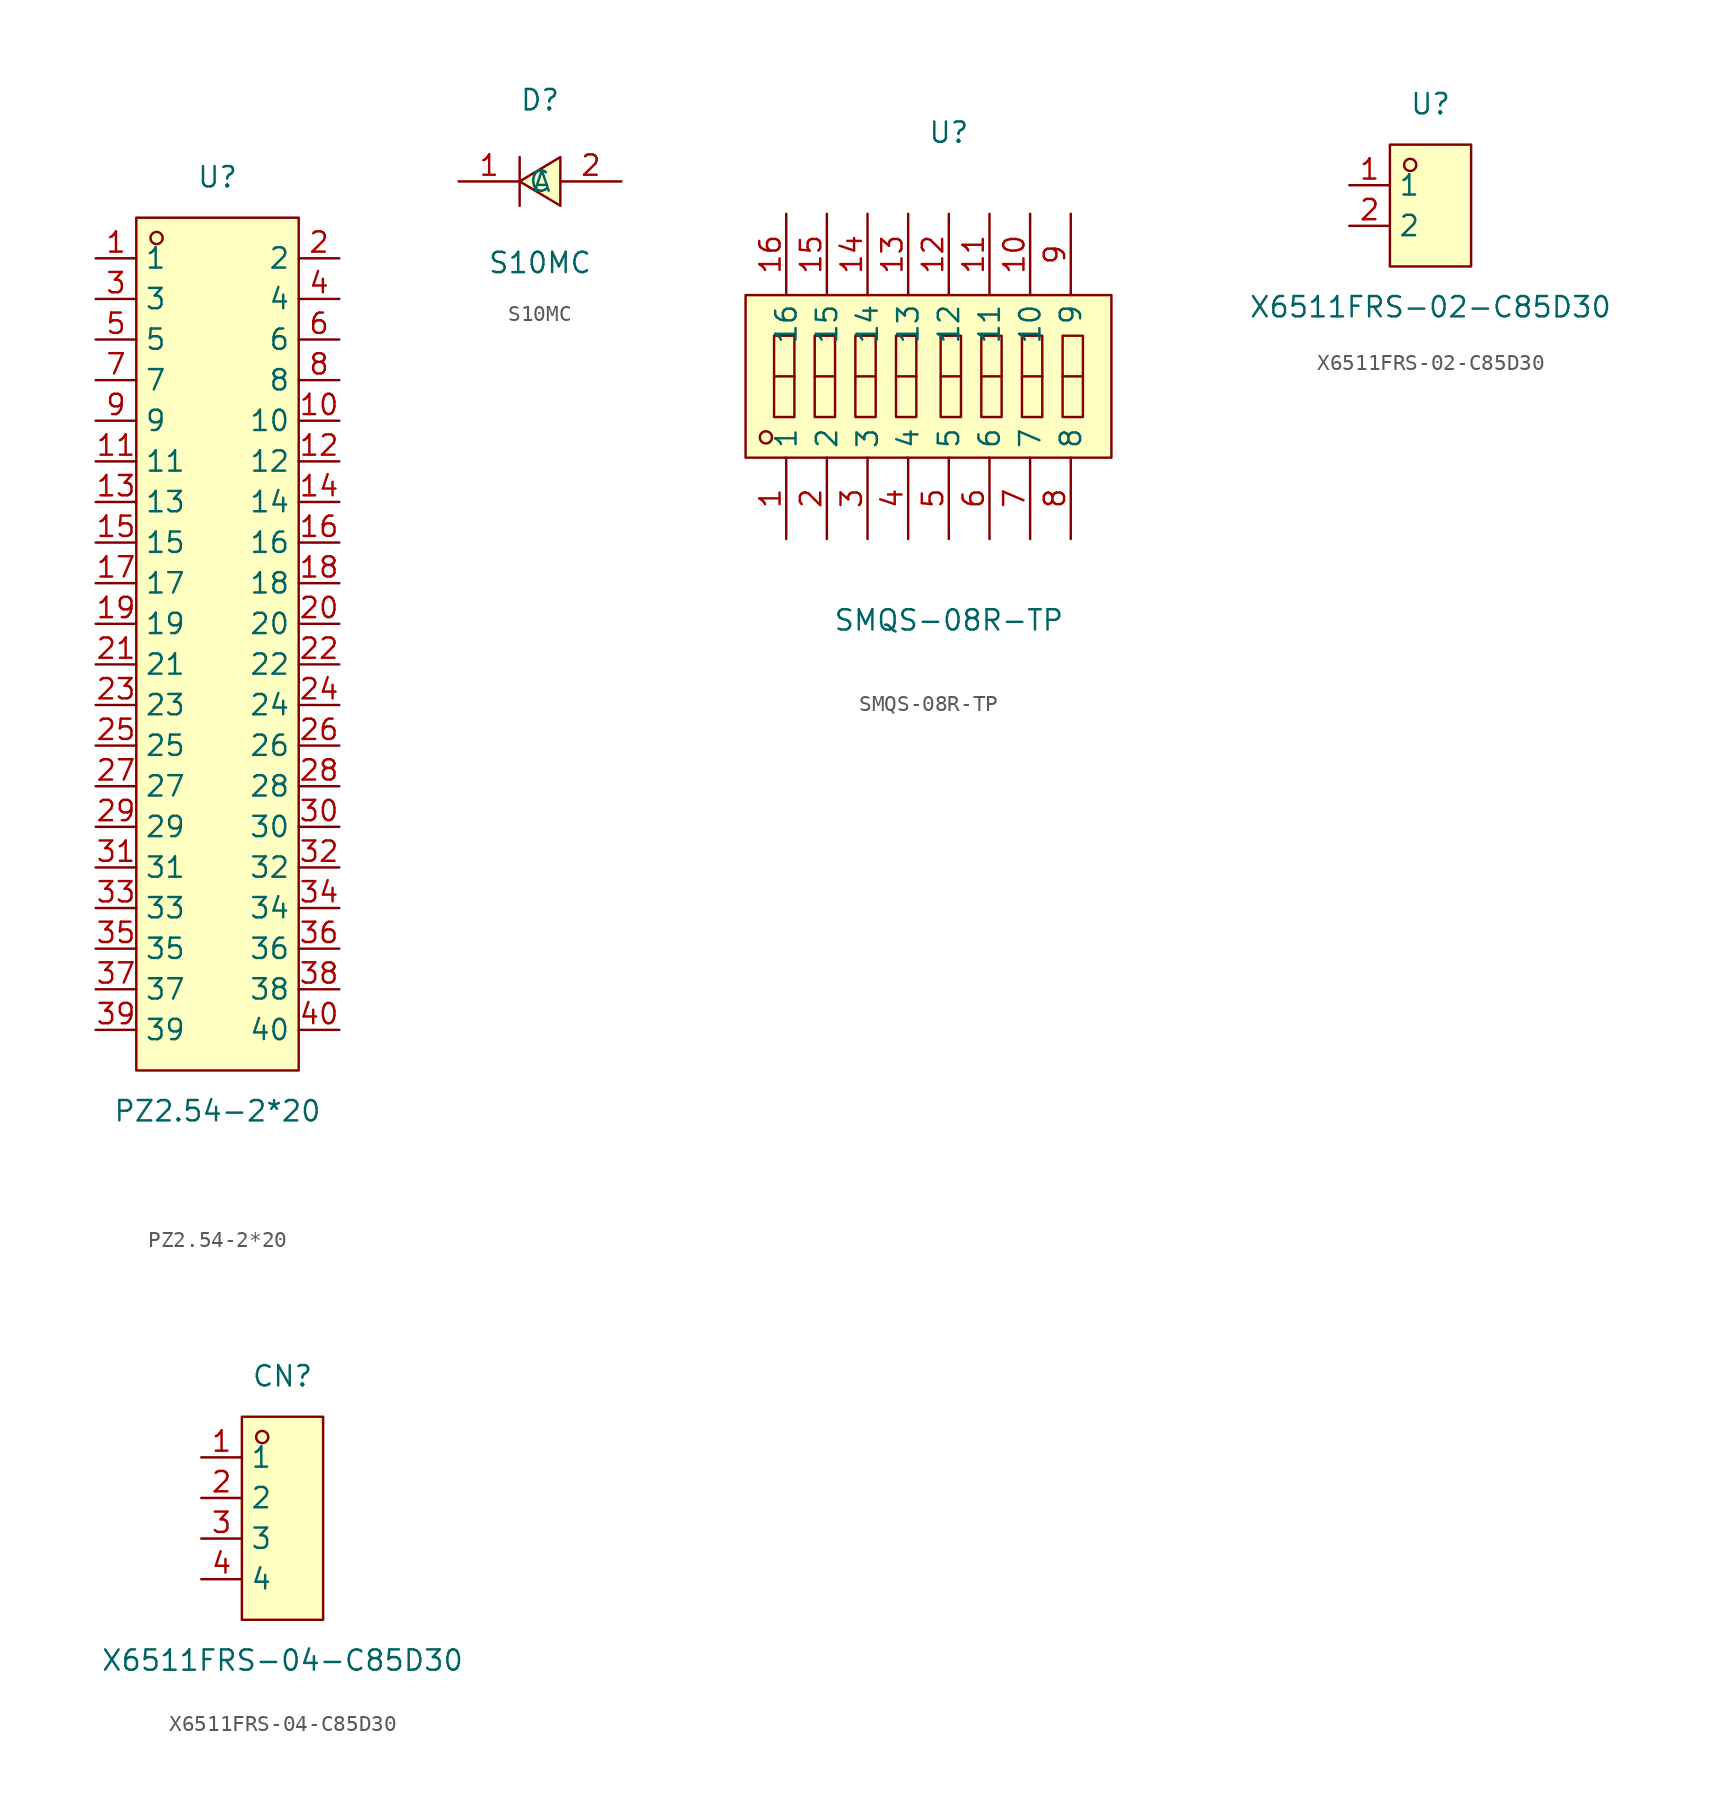
<source format=kicad_sym>
(kicad_symbol_lib
  (version 20241209)
  (generator "kicad_symbol_editor")
  (generator_version "9.0")
  (symbol "PZ2.54-2*20"
    (property "Reference" "U"
      (at 0 29.21 0)
      (effects (font (size 1.27 1.27))))
    (property "Value" "PZ2.54-2*20"
      (at 0 -29.21 0)
      (effects (font (size 1.27 1.27))))
    (symbol "PZ2.54-2*20_0_1"
      (rectangle (start -5.08 26.67) (end 5.08 -26.67) (stroke (width 0) (type default)) (fill (type background)))
      (circle (center -3.81 25.4) (radius 0.38) (stroke (width 0) (type default)) (fill (type none)))
      (pin unspecified line (at -7.62 24.13 0) (length 2.54) (name "1" (effects (font (size 1.27 1.27)))) (number "1" (effects (font (size 1.27 1.27)))))
      (pin unspecified line (at -7.62 21.59 0) (length 2.54) (name "3" (effects (font (size 1.27 1.27)))) (number "3" (effects (font (size 1.27 1.27)))))
      (pin unspecified line (at -7.62 19.05 0) (length 2.54) (name "5" (effects (font (size 1.27 1.27)))) (number "5" (effects (font (size 1.27 1.27)))))
      (pin unspecified line (at -7.62 16.51 0) (length 2.54) (name "7" (effects (font (size 1.27 1.27)))) (number "7" (effects (font (size 1.27 1.27)))))
      (pin unspecified line (at -7.62 13.97 0) (length 2.54) (name "9" (effects (font (size 1.27 1.27)))) (number "9" (effects (font (size 1.27 1.27)))))
      (pin unspecified line (at -7.62 11.43 0) (length 2.54) (name "11" (effects (font (size 1.27 1.27)))) (number "11" (effects (font (size 1.27 1.27)))))
      (pin unspecified line (at -7.62 8.89 0) (length 2.54) (name "13" (effects (font (size 1.27 1.27)))) (number "13" (effects (font (size 1.27 1.27)))))
      (pin unspecified line (at -7.62 6.35 0) (length 2.54) (name "15" (effects (font (size 1.27 1.27)))) (number "15" (effects (font (size 1.27 1.27)))))
      (pin unspecified line (at -7.62 3.81 0) (length 2.54) (name "17" (effects (font (size 1.27 1.27)))) (number "17" (effects (font (size 1.27 1.27)))))
      (pin unspecified line (at -7.62 1.27 0) (length 2.54) (name "19" (effects (font (size 1.27 1.27)))) (number "19" (effects (font (size 1.27 1.27)))))
      (pin unspecified line (at -7.62 -1.27 0) (length 2.54) (name "21" (effects (font (size 1.27 1.27)))) (number "21" (effects (font (size 1.27 1.27)))))
      (pin unspecified line (at -7.62 -3.81 0) (length 2.54) (name "23" (effects (font (size 1.27 1.27)))) (number "23" (effects (font (size 1.27 1.27)))))
      (pin unspecified line (at -7.62 -6.35 0) (length 2.54) (name "25" (effects (font (size 1.27 1.27)))) (number "25" (effects (font (size 1.27 1.27)))))
      (pin unspecified line (at -7.62 -8.89 0) (length 2.54) (name "27" (effects (font (size 1.27 1.27)))) (number "27" (effects (font (size 1.27 1.27)))))
      (pin unspecified line (at -7.62 -11.43 0) (length 2.54) (name "29" (effects (font (size 1.27 1.27)))) (number "29" (effects (font (size 1.27 1.27)))))
      (pin unspecified line (at -7.62 -13.97 0) (length 2.54) (name "31" (effects (font (size 1.27 1.27)))) (number "31" (effects (font (size 1.27 1.27)))))
      (pin unspecified line (at -7.62 -16.51 0) (length 2.54) (name "33" (effects (font (size 1.27 1.27)))) (number "33" (effects (font (size 1.27 1.27)))))
      (pin unspecified line (at -7.62 -19.05 0) (length 2.54) (name "35" (effects (font (size 1.27 1.27)))) (number "35" (effects (font (size 1.27 1.27)))))
      (pin unspecified line (at -7.62 -21.59 0) (length 2.54) (name "37" (effects (font (size 1.27 1.27)))) (number "37" (effects (font (size 1.27 1.27)))))
      (pin unspecified line (at -7.62 -24.13 0) (length 2.54) (name "39" (effects (font (size 1.27 1.27)))) (number "39" (effects (font (size 1.27 1.27)))))
      (pin unspecified line (at 7.62 24.13 180) (length 2.54) (name "2" (effects (font (size 1.27 1.27)))) (number "2" (effects (font (size 1.27 1.27)))))
      (pin unspecified line (at 7.62 21.59 180) (length 2.54) (name "4" (effects (font (size 1.27 1.27)))) (number "4" (effects (font (size 1.27 1.27)))))
      (pin unspecified line (at 7.62 19.05 180) (length 2.54) (name "6" (effects (font (size 1.27 1.27)))) (number "6" (effects (font (size 1.27 1.27)))))
      (pin unspecified line (at 7.62 16.51 180) (length 2.54) (name "8" (effects (font (size 1.27 1.27)))) (number "8" (effects (font (size 1.27 1.27)))))
      (pin unspecified line (at 7.62 13.97 180) (length 2.54) (name "10" (effects (font (size 1.27 1.27)))) (number "10" (effects (font (size 1.27 1.27)))))
      (pin unspecified line (at 7.62 11.43 180) (length 2.54) (name "12" (effects (font (size 1.27 1.27)))) (number "12" (effects (font (size 1.27 1.27)))))
      (pin unspecified line (at 7.62 8.89 180) (length 2.54) (name "14" (effects (font (size 1.27 1.27)))) (number "14" (effects (font (size 1.27 1.27)))))
      (pin unspecified line (at 7.62 6.35 180) (length 2.54) (name "16" (effects (font (size 1.27 1.27)))) (number "16" (effects (font (size 1.27 1.27)))))
      (pin unspecified line (at 7.62 3.81 180) (length 2.54) (name "18" (effects (font (size 1.27 1.27)))) (number "18" (effects (font (size 1.27 1.27)))))
      (pin unspecified line (at 7.62 1.27 180) (length 2.54) (name "20" (effects (font (size 1.27 1.27)))) (number "20" (effects (font (size 1.27 1.27)))))
      (pin unspecified line (at 7.62 -1.27 180) (length 2.54) (name "22" (effects (font (size 1.27 1.27)))) (number "22" (effects (font (size 1.27 1.27)))))
      (pin unspecified line (at 7.62 -3.81 180) (length 2.54) (name "24" (effects (font (size 1.27 1.27)))) (number "24" (effects (font (size 1.27 1.27)))))
      (pin unspecified line (at 7.62 -6.35 180) (length 2.54) (name "26" (effects (font (size 1.27 1.27)))) (number "26" (effects (font (size 1.27 1.27)))))
      (pin unspecified line (at 7.62 -8.89 180) (length 2.54) (name "28" (effects (font (size 1.27 1.27)))) (number "28" (effects (font (size 1.27 1.27)))))
      (pin unspecified line (at 7.62 -11.43 180) (length 2.54) (name "30" (effects (font (size 1.27 1.27)))) (number "30" (effects (font (size 1.27 1.27)))))
      (pin unspecified line (at 7.62 -13.97 180) (length 2.54) (name "32" (effects (font (size 1.27 1.27)))) (number "32" (effects (font (size 1.27 1.27)))))
      (pin unspecified line (at 7.62 -16.51 180) (length 2.54) (name "34" (effects (font (size 1.27 1.27)))) (number "34" (effects (font (size 1.27 1.27)))))
      (pin unspecified line (at 7.62 -19.05 180) (length 2.54) (name "36" (effects (font (size 1.27 1.27)))) (number "36" (effects (font (size 1.27 1.27)))))
      (pin unspecified line (at 7.62 -21.59 180) (length 2.54) (name "38" (effects (font (size 1.27 1.27)))) (number "38" (effects (font (size 1.27 1.27)))))
      (pin unspecified line (at 7.62 -24.13 180) (length 2.54) (name "40" (effects (font (size 1.27 1.27)))) (number "40" (effects (font (size 1.27 1.27)))))))
  (symbol "S10MC"
    (property "Reference" "D"
      (at 0 5.08 0)
      (effects (font (size 1.27 1.27))))
    (property "Value" "S10MC"
      (at 0 -5.08 0)
      (effects (font (size 1.27 1.27))))
    (symbol "S10MC_0_1"
      (polyline (pts (xy -1.27 -1.52) (xy -1.27 1.52)) (stroke (width 0) (type default)) (fill (type none)))
      (polyline (pts (xy 1.27 1.52) (xy -1.27 0) (xy 1.27 -1.52) (xy 1.27 1.52)) (stroke (width 0) (type default)) (fill (type background)))
      (pin unspecified line (at -5.08 0 0) (length 3.81) (name "C" (effects (font (size 1.27 1.27)))) (number "1" (effects (font (size 1.27 1.27)))))
      (pin unspecified line (at 5.08 0 180) (length 3.81) (name "A" (effects (font (size 1.27 1.27)))) (number "2" (effects (font (size 1.27 1.27)))))))
  (symbol "SMQS-08R-TP"
    (property "Reference" "U"
      (at 0 15.24 0)
      (effects (font (size 1.27 1.27))))
    (property "Value" "SMQS-08R-TP"
      (at 0 -15.24 0)
      (effects (font (size 1.27 1.27))))
    (symbol "SMQS-08R-TP_0_1"
      (rectangle (start -12.7 5.08) (end 10.16 -5.08) (stroke (width 0) (type default)) (fill (type background)))
      (circle (center -11.43 -3.81) (radius 0.38) (stroke (width 0) (type default)) (fill (type none)))
      (rectangle (start -10.92 2.54) (end -9.65 -2.54) (stroke (width 0) (type default)) (fill (type background)))
      (polyline (pts (xy -10.92 0) (xy -9.65 0)) (stroke (width 0) (type default)) (fill (type none)))
      (rectangle (start -8.38 2.54) (end -7.11 -2.54) (stroke (width 0) (type default)) (fill (type background)))
      (polyline (pts (xy -8.38 0) (xy -7.11 0)) (stroke (width 0) (type default)) (fill (type none)))
      (rectangle (start -5.84 2.54) (end -4.57 -2.54) (stroke (width 0) (type default)) (fill (type background)))
      (polyline (pts (xy -5.84 0) (xy -4.57 0)) (stroke (width 0) (type default)) (fill (type none)))
      (rectangle (start -3.3 2.54) (end -2.03 -2.54) (stroke (width 0) (type default)) (fill (type background)))
      (polyline (pts (xy -3.3 0) (xy -2.03 0)) (stroke (width 0) (type default)) (fill (type none)))
      (rectangle (start -0.51 2.54) (end 0.76 -2.54) (stroke (width 0) (type default)) (fill (type background)))
      (polyline (pts (xy -0.51 0) (xy 0.76 0)) (stroke (width 0) (type default)) (fill (type none)))
      (rectangle (start 2.03 2.54) (end 3.3 -2.54) (stroke (width 0) (type default)) (fill (type background)))
      (polyline (pts (xy 2.03 0) (xy 3.3 0)) (stroke (width 0) (type default)) (fill (type none)))
      (rectangle (start 4.57 2.54) (end 5.84 -2.54) (stroke (width 0) (type default)) (fill (type background)))
      (polyline (pts (xy 4.57 0) (xy 5.84 0)) (stroke (width 0) (type default)) (fill (type none)))
      (rectangle (start 7.11 2.54) (end 8.38 -2.54) (stroke (width 0) (type default)) (fill (type background)))
      (polyline (pts (xy 7.11 0) (xy 8.38 0)) (stroke (width 0) (type default)) (fill (type none)))
      (pin unspecified line (at -10.16 10.16 270) (length 5.08) (name "16" (effects (font (size 1.27 1.27)))) (number "16" (effects (font (size 1.27 1.27)))))
      (pin unspecified line (at -10.16 -10.16 90) (length 5.08) (name "1" (effects (font (size 1.27 1.27)))) (number "1" (effects (font (size 1.27 1.27)))))
      (pin unspecified line (at -7.62 10.16 270) (length 5.08) (name "15" (effects (font (size 1.27 1.27)))) (number "15" (effects (font (size 1.27 1.27)))))
      (pin unspecified line (at -7.62 -10.16 90) (length 5.08) (name "2" (effects (font (size 1.27 1.27)))) (number "2" (effects (font (size 1.27 1.27)))))
      (pin unspecified line (at -5.08 10.16 270) (length 5.08) (name "14" (effects (font (size 1.27 1.27)))) (number "14" (effects (font (size 1.27 1.27)))))
      (pin unspecified line (at -5.08 -10.16 90) (length 5.08) (name "3" (effects (font (size 1.27 1.27)))) (number "3" (effects (font (size 1.27 1.27)))))
      (pin unspecified line (at -2.54 10.16 270) (length 5.08) (name "13" (effects (font (size 1.27 1.27)))) (number "13" (effects (font (size 1.27 1.27)))))
      (pin unspecified line (at -2.54 -10.16 90) (length 5.08) (name "4" (effects (font (size 1.27 1.27)))) (number "4" (effects (font (size 1.27 1.27)))))
      (pin unspecified line (at 0 10.16 270) (length 5.08) (name "12" (effects (font (size 1.27 1.27)))) (number "12" (effects (font (size 1.27 1.27)))))
      (pin unspecified line (at 0 -10.16 90) (length 5.08) (name "5" (effects (font (size 1.27 1.27)))) (number "5" (effects (font (size 1.27 1.27)))))
      (pin unspecified line (at 2.54 10.16 270) (length 5.08) (name "11" (effects (font (size 1.27 1.27)))) (number "11" (effects (font (size 1.27 1.27)))))
      (pin unspecified line (at 2.54 -10.16 90) (length 5.08) (name "6" (effects (font (size 1.27 1.27)))) (number "6" (effects (font (size 1.27 1.27)))))
      (pin unspecified line (at 5.08 10.16 270) (length 5.08) (name "10" (effects (font (size 1.27 1.27)))) (number "10" (effects (font (size 1.27 1.27)))))
      (pin unspecified line (at 5.08 -10.16 90) (length 5.08) (name "7" (effects (font (size 1.27 1.27)))) (number "7" (effects (font (size 1.27 1.27)))))
      (pin unspecified line (at 7.62 10.16 270) (length 5.08) (name "9" (effects (font (size 1.27 1.27)))) (number "9" (effects (font (size 1.27 1.27)))))
      (pin unspecified line (at 7.62 -10.16 90) (length 5.08) (name "8" (effects (font (size 1.27 1.27)))) (number "8" (effects (font (size 1.27 1.27)))))))
  (symbol "X6511FRS-02-C85D30"
    (property "Reference" "U"
      (at 0 6.35 0)
      (effects (font (size 1.27 1.27))))
    (property "Value" "X6511FRS-02-C85D30"
      (at 0 -6.35 0)
      (effects (font (size 1.27 1.27))))
    (symbol "X6511FRS-02-C85D30_0_1"
      (rectangle (start -2.54 3.81) (end 2.54 -3.81) (stroke (width 0) (type default)) (fill (type background)))
      (circle (center -1.27 2.54) (radius 0.38) (stroke (width 0) (type default)) (fill (type none)))
      (pin unspecified line (at -5.08 1.27 0) (length 2.54) (name "1" (effects (font (size 1.27 1.27)))) (number "1" (effects (font (size 1.27 1.27)))))
      (pin unspecified line (at -5.08 -1.27 0) (length 2.54) (name "2" (effects (font (size 1.27 1.27)))) (number "2" (effects (font (size 1.27 1.27)))))))
  (symbol "X6511FRS-04-C85D30"
    (property "Reference" "CN"
      (at 0 8.89 0)
      (effects (font (size 1.27 1.27))))
    (property "Value" "X6511FRS-04-C85D30"
      (at 0 -8.89 0)
      (effects (font (size 1.27 1.27))))
    (symbol "X6511FRS-04-C85D30_0_1"
      (rectangle (start -2.54 6.35) (end 2.54 -6.35) (stroke (width 0) (type default)) (fill (type background)))
      (circle (center -1.27 5.08) (radius 0.38) (stroke (width 0) (type default)) (fill (type none)))
      (pin unspecified line (at -5.08 3.81 0) (length 2.54) (name "1" (effects (font (size 1.27 1.27)))) (number "1" (effects (font (size 1.27 1.27)))))
      (pin unspecified line (at -5.08 1.27 0) (length 2.54) (name "2" (effects (font (size 1.27 1.27)))) (number "2" (effects (font (size 1.27 1.27)))))
      (pin unspecified line (at -5.08 -1.27 0) (length 2.54) (name "3" (effects (font (size 1.27 1.27)))) (number "3" (effects (font (size 1.27 1.27)))))
      (pin unspecified line (at -5.08 -3.81 0) (length 2.54) (name "4" (effects (font (size 1.27 1.27)))) (number "4" (effects (font (size 1.27 1.27))))))))
</source>
